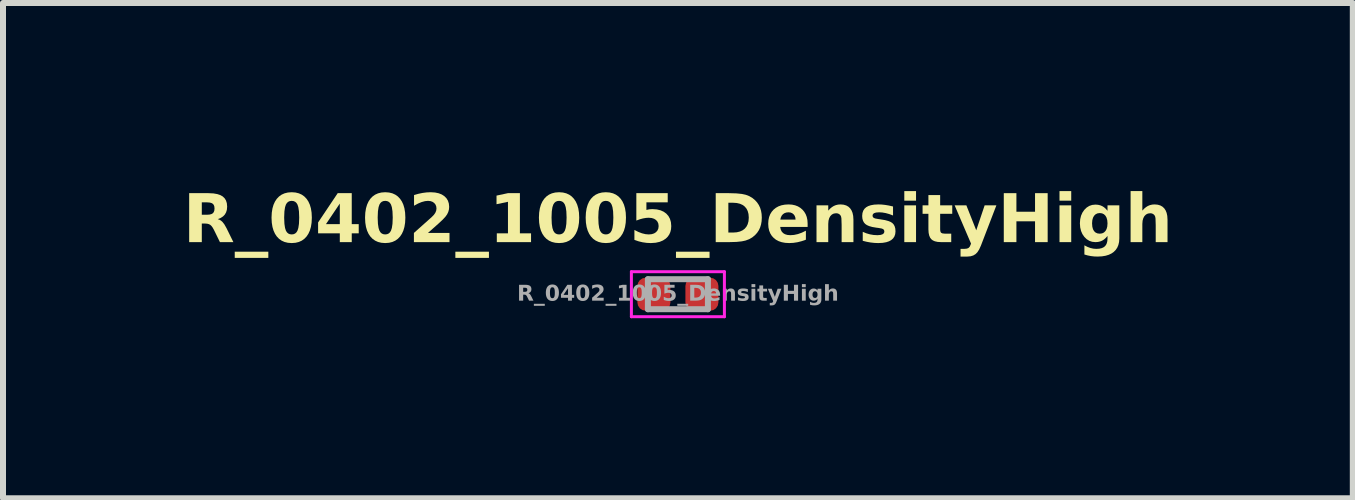
<source format=kicad_pcb>
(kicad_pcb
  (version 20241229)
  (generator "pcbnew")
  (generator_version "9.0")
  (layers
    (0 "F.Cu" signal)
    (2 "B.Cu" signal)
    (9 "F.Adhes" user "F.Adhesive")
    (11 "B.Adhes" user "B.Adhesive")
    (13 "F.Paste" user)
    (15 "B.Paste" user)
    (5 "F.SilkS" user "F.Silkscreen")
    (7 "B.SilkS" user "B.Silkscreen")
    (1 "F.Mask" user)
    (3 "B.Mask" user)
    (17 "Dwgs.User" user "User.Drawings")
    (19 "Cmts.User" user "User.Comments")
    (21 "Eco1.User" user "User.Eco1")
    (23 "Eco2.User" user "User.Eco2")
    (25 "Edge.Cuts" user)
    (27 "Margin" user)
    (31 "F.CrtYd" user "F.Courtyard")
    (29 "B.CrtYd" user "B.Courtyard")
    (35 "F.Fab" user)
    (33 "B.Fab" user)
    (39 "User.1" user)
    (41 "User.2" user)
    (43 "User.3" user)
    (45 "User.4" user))
  (footprint "R_0402_1005_DensityHigh"
    (layer "F.Cu")
    (at 8.247 1.853)
    (property "Reference" "R_0402_1005_DensityHigh" (at 0 -1.2 0) (unlocked yes) (layer "F.SilkS") (effects (font (face "JetBrains Mono SemiBold") (size 0.8 0.8) (thickness 0.1))))
    (attr smd)
    (fp_line (start -0.775 -0.375) (end 0.775 -0.375) (stroke (width 0.05) (type solid)) (layer "F.CrtYd"))
    (fp_line (start -0.775 0.375) (end -0.775 -0.375) (stroke (width 0.05) (type solid)) (layer "F.CrtYd"))
    (fp_line (start 0.775 -0.375) (end 0.775 0.375) (stroke (width 0.05) (type solid)) (layer "F.CrtYd"))
    (fp_line (start 0.775 0.375) (end -0.775 0.375) (stroke (width 0.05) (type solid)) (layer "F.CrtYd"))
    (fp_line (start -0.5 -0.25) (end 0.5 -0.25) (stroke (width 0.1) (type solid)) (layer "F.Fab"))
    (fp_line (start -0.5 0.25) (end -0.5 -0.25) (stroke (width 0.1) (type solid)) (layer "F.Fab"))
    (fp_line (start 0.5 -0.25) (end 0.5 0.25) (stroke (width 0.1) (type solid)) (layer "F.Fab"))
    (fp_line (start 0.5 0.25) (end -0.5 0.25) (stroke (width 0.1) (type solid)) (layer "F.Fab"))
    (fp_text user "${REFERENCE}" (at 0 0 0) (layer "F.Fab") (effects (font (face "JetBrains Mono SemiBold") (size 0.26 0.26) (thickness 0.04))))
    (pad "1" smd roundrect (at -0.4 0) (size 0.55 0.55) (layers "F.Cu" "F.Mask" "F.Paste") (roundrect_rratio 0.25))
    (pad "2" smd roundrect (at 0.4 0) (size 0.55 0.55) (layers "F.Cu" "F.Mask" "F.Paste") (roundrect_rratio 0.25)))
  (gr_rect
    (start -3 -3)
    (end 19.494 5.253)
    (stroke (width 0.1) (type default))
    (fill no)
    (layer "Edge.Cuts")))
</source>
